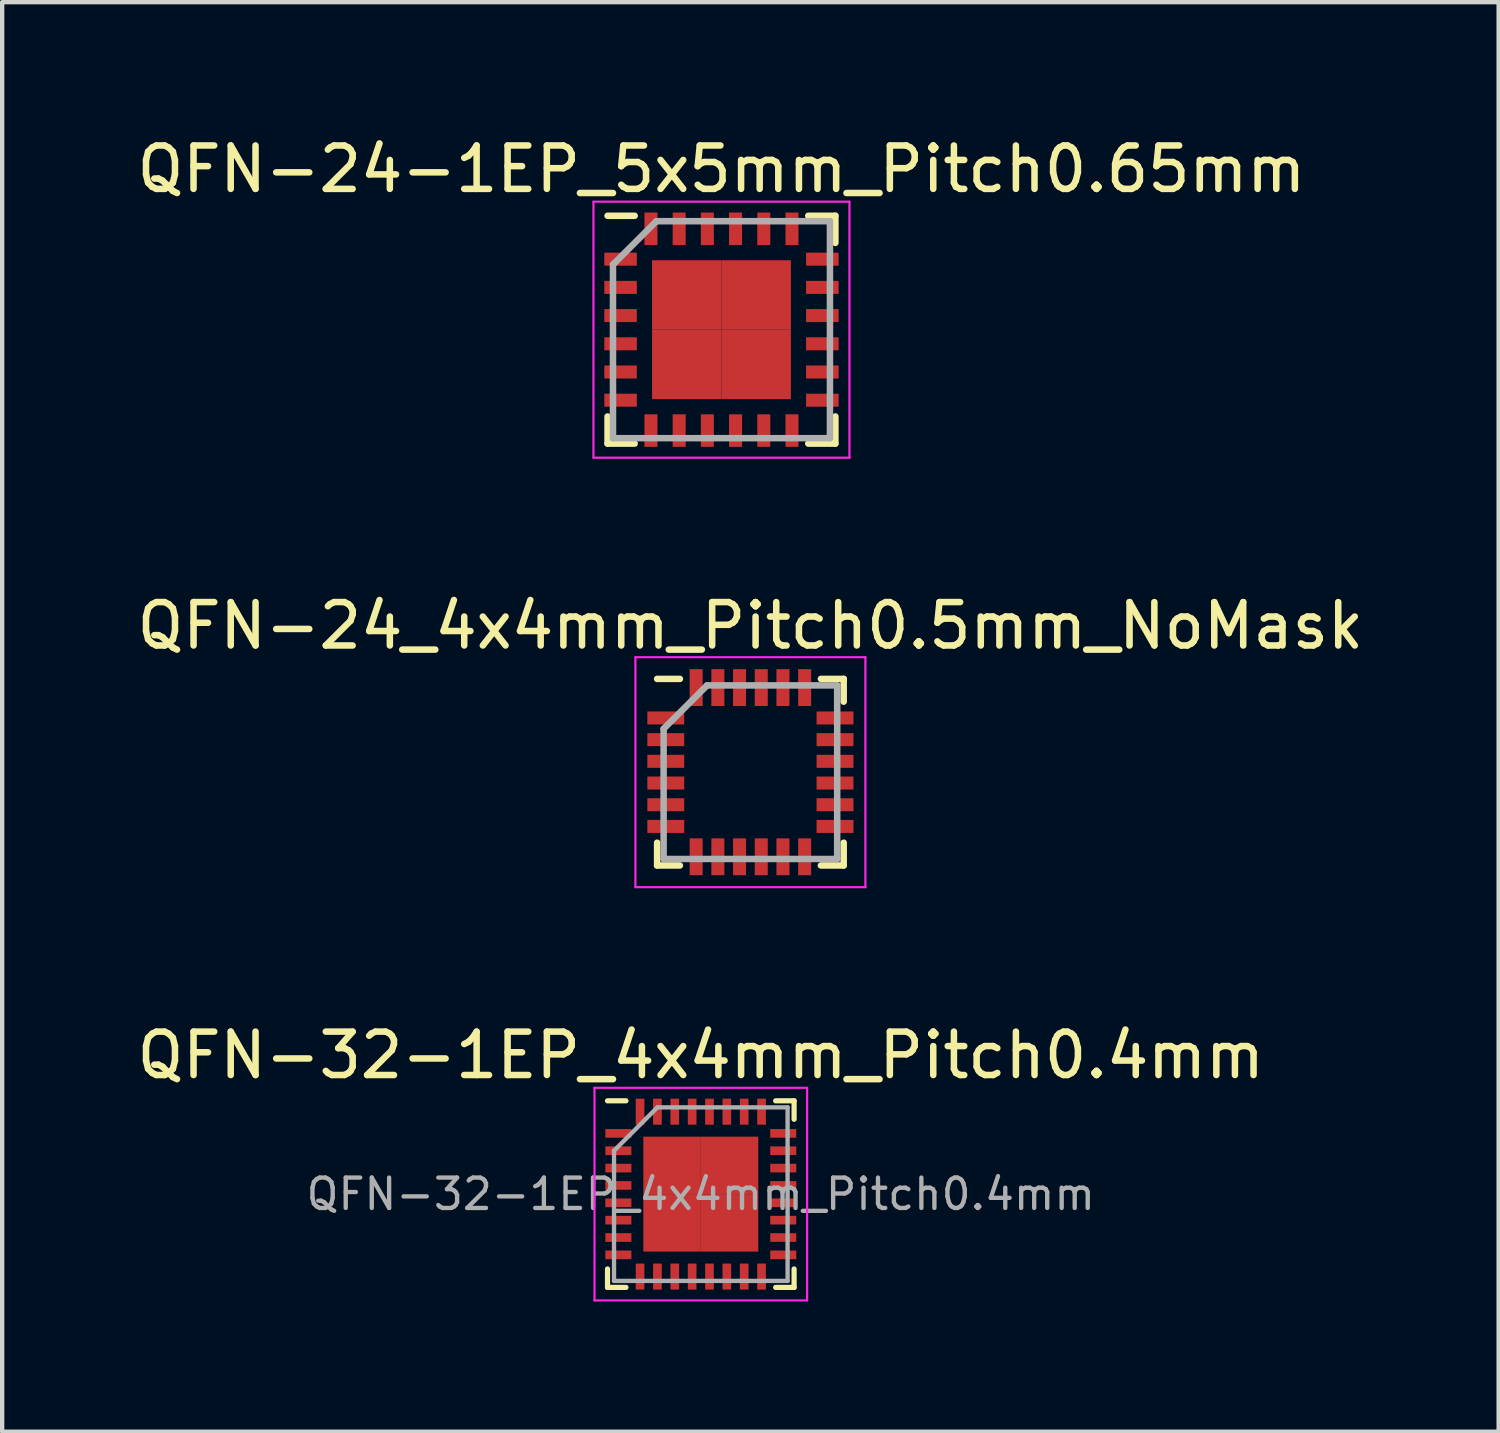
<source format=kicad_pcb>
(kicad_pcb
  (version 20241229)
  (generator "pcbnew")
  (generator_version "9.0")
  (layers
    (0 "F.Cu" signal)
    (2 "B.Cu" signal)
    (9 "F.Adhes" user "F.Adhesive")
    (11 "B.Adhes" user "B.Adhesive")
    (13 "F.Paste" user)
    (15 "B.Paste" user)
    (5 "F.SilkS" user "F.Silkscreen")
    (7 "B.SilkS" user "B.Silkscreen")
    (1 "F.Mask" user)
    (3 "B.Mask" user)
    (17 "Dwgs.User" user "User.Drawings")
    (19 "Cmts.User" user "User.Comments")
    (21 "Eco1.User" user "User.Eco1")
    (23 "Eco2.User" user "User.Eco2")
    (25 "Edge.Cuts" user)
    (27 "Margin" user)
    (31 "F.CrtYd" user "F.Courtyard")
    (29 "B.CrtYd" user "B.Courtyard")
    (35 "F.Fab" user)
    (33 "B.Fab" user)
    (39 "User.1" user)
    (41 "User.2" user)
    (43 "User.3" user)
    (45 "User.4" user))
  (footprint "QFN-24_4x4mm_Pitch0.5mm_NoMask"
    (layer "F.Cu")
    (at 14.244 14.746)
    (property "Reference" "QFN-24_4x4mm_Pitch0.5mm_NoMask" (at 0 -3.375 0) (layer "F.SilkS") (effects (font (size 1 1) (thickness 0.15))))
    (attr smd)
    (fp_line (start -2.15 -2.15) (end -1.625 -2.15) (stroke (width 0.15) (type solid)) (layer "F.SilkS"))
    (fp_line (start -2.15 2.15) (end -2.15 1.625) (stroke (width 0.15) (type solid)) (layer "F.SilkS"))
    (fp_line (start -2.15 2.15) (end -1.625 2.15) (stroke (width 0.15) (type solid)) (layer "F.SilkS"))
    (fp_line (start 2.15 -2.15) (end 1.625 -2.15) (stroke (width 0.15) (type solid)) (layer "F.SilkS"))
    (fp_line (start 2.15 -2.15) (end 2.15 -1.625) (stroke (width 0.15) (type solid)) (layer "F.SilkS"))
    (fp_line (start 2.15 2.15) (end 1.625 2.15) (stroke (width 0.15) (type solid)) (layer "F.SilkS"))
    (fp_line (start 2.15 2.15) (end 2.15 1.625) (stroke (width 0.15) (type solid)) (layer "F.SilkS"))
    (fp_line (start -2.65 -2.65) (end -2.65 2.65) (stroke (width 0.05) (type solid)) (layer "F.CrtYd"))
    (fp_line (start -2.65 -2.65) (end 2.65 -2.65) (stroke (width 0.05) (type solid)) (layer "F.CrtYd"))
    (fp_line (start -2.65 2.65) (end 2.65 2.65) (stroke (width 0.05) (type solid)) (layer "F.CrtYd"))
    (fp_line (start 2.65 -2.65) (end 2.65 2.65) (stroke (width 0.05) (type solid)) (layer "F.CrtYd"))
    (fp_line (start -2 -1) (end -1 -2) (stroke (width 0.15) (type solid)) (layer "F.Fab"))
    (fp_line (start -2 2) (end -2 -1) (stroke (width 0.15) (type solid)) (layer "F.Fab"))
    (fp_line (start -1 -2) (end 2 -2) (stroke (width 0.15) (type solid)) (layer "F.Fab"))
    (fp_line (start 2 -2) (end 2 2) (stroke (width 0.15) (type solid)) (layer "F.Fab"))
    (fp_line (start 2 2) (end -2 2) (stroke (width 0.15) (type solid)) (layer "F.Fab"))
    (pad "" smd rect (at 0 0) (size 2.6 2.6) (layers "F.Mask"))
    (pad "1" smd rect (at -1.95 -1.25) (size 0.85 0.3) (layers "F.Cu" "F.Mask" "F.Paste"))
    (pad "2" smd rect (at -1.95 -0.75) (size 0.85 0.3) (layers "F.Cu" "F.Mask" "F.Paste"))
    (pad "3" smd rect (at -1.95 -0.25) (size 0.85 0.3) (layers "F.Cu" "F.Mask" "F.Paste"))
    (pad "4" smd rect (at -1.95 0.25) (size 0.85 0.3) (layers "F.Cu" "F.Mask" "F.Paste"))
    (pad "5" smd rect (at -1.95 0.75) (size 0.85 0.3) (layers "F.Cu" "F.Mask" "F.Paste"))
    (pad "6" smd rect (at -1.95 1.25) (size 0.85 0.3) (layers "F.Cu" "F.Mask" "F.Paste"))
    (pad "7" smd rect (at -1.25 1.95 90) (size 0.85 0.3) (layers "F.Cu" "F.Mask" "F.Paste"))
    (pad "8" smd rect (at -0.75 1.95 90) (size 0.85 0.3) (layers "F.Cu" "F.Mask" "F.Paste"))
    (pad "9" smd rect (at -0.25 1.95 90) (size 0.85 0.3) (layers "F.Cu" "F.Mask" "F.Paste"))
    (pad "10" smd rect (at 0.25 1.95 90) (size 0.85 0.3) (layers "F.Cu" "F.Mask" "F.Paste"))
    (pad "11" smd rect (at 0.75 1.95 90) (size 0.85 0.3) (layers "F.Cu" "F.Mask" "F.Paste"))
    (pad "12" smd rect (at 1.25 1.95 90) (size 0.85 0.3) (layers "F.Cu" "F.Mask" "F.Paste"))
    (pad "13" smd rect (at 1.95 1.25) (size 0.85 0.3) (layers "F.Cu" "F.Mask" "F.Paste"))
    (pad "14" smd rect (at 1.95 0.75) (size 0.85 0.3) (layers "F.Cu" "F.Mask" "F.Paste"))
    (pad "15" smd rect (at 1.95 0.25) (size 0.85 0.3) (layers "F.Cu" "F.Mask" "F.Paste"))
    (pad "16" smd rect (at 1.95 -0.25) (size 0.85 0.3) (layers "F.Cu" "F.Mask" "F.Paste"))
    (pad "17" smd rect (at 1.95 -0.75) (size 0.85 0.3) (layers "F.Cu" "F.Mask" "F.Paste"))
    (pad "18" smd rect (at 1.95 -1.25) (size 0.85 0.3) (layers "F.Cu" "F.Mask" "F.Paste"))
    (pad "19" smd rect (at 1.25 -1.95 90) (size 0.85 0.3) (layers "F.Cu" "F.Mask" "F.Paste"))
    (pad "20" smd rect (at 0.75 -1.95 90) (size 0.85 0.3) (layers "F.Cu" "F.Mask" "F.Paste"))
    (pad "21" smd rect (at 0.25 -1.95 90) (size 0.85 0.3) (layers "F.Cu" "F.Mask" "F.Paste"))
    (pad "22" smd rect (at -0.25 -1.95 90) (size 0.85 0.3) (layers "F.Cu" "F.Mask" "F.Paste"))
    (pad "23" smd rect (at -0.75 -1.95 90) (size 0.85 0.3) (layers "F.Cu" "F.Mask" "F.Paste"))
    (pad "24" smd rect (at -1.25 -1.95 90) (size 0.85 0.3) (layers "F.Cu" "F.Mask" "F.Paste")))
  (footprint "QFN-32-1EP_4x4mm_Pitch0.4mm"
    (layer "F.Cu")
    (at 13.101 24.47)
    (property "Reference" "QFN-32-1EP_4x4mm_Pitch0.4mm" (at 0 -3.2 0) (layer "F.SilkS") (effects (font (size 1 1) (thickness 0.15))))
    (attr smd)
    (fp_line (start -2.15 -2.15) (end -1.725 -2.15) (stroke (width 0.12) (type solid)) (layer "F.SilkS"))
    (fp_line (start -2.15 2.15) (end -2.15 1.725) (stroke (width 0.12) (type solid)) (layer "F.SilkS"))
    (fp_line (start -2.15 2.15) (end -1.725 2.15) (stroke (width 0.12) (type solid)) (layer "F.SilkS"))
    (fp_line (start 2.15 -2.15) (end 1.725 -2.15) (stroke (width 0.12) (type solid)) (layer "F.SilkS"))
    (fp_line (start 2.15 -2.15) (end 2.15 -1.725) (stroke (width 0.12) (type solid)) (layer "F.SilkS"))
    (fp_line (start 2.15 2.15) (end 1.725 2.15) (stroke (width 0.12) (type solid)) (layer "F.SilkS"))
    (fp_line (start 2.15 2.15) (end 2.15 1.725) (stroke (width 0.12) (type solid)) (layer "F.SilkS"))
    (fp_line (start -2.45 -2.45) (end -2.45 2.45) (stroke (width 0.05) (type solid)) (layer "F.CrtYd"))
    (fp_line (start -2.45 -2.45) (end 2.45 -2.45) (stroke (width 0.05) (type solid)) (layer "F.CrtYd"))
    (fp_line (start -2.45 2.45) (end 2.45 2.45) (stroke (width 0.05) (type solid)) (layer "F.CrtYd"))
    (fp_line (start 2.45 -2.45) (end 2.45 2.45) (stroke (width 0.05) (type solid)) (layer "F.CrtYd"))
    (fp_line (start -2 -1) (end -1 -2) (stroke (width 0.1) (type solid)) (layer "F.Fab"))
    (fp_line (start -2 2) (end -2 -1) (stroke (width 0.1) (type solid)) (layer "F.Fab"))
    (fp_line (start -1 -2) (end 2 -2) (stroke (width 0.1) (type solid)) (layer "F.Fab"))
    (fp_line (start 2 -2) (end 2 2) (stroke (width 0.1) (type solid)) (layer "F.Fab"))
    (fp_line (start 2 2) (end -2 2) (stroke (width 0.1) (type solid)) (layer "F.Fab"))
    (fp_text user "${REFERENCE}" (at 0 0 0) (layer "F.Fab") (effects (font (size 0.7 0.7) (thickness 0.1))))
    (pad "1" smd rect (at -1.9 -1.4) (size 0.6 0.2) (layers "F.Cu" "F.Mask" "F.Paste"))
    (pad "2" smd rect (at -1.9 -1) (size 0.6 0.2) (layers "F.Cu" "F.Mask" "F.Paste"))
    (pad "3" smd rect (at -1.9 -0.6) (size 0.6 0.2) (layers "F.Cu" "F.Mask" "F.Paste"))
    (pad "4" smd rect (at -1.9 -0.2) (size 0.6 0.2) (layers "F.Cu" "F.Mask" "F.Paste"))
    (pad "5" smd rect (at -1.9 0.2) (size 0.6 0.2) (layers "F.Cu" "F.Mask" "F.Paste"))
    (pad "6" smd rect (at -1.9 0.6) (size 0.6 0.2) (layers "F.Cu" "F.Mask" "F.Paste"))
    (pad "7" smd rect (at -1.9 1) (size 0.6 0.2) (layers "F.Cu" "F.Mask" "F.Paste"))
    (pad "8" smd rect (at -1.9 1.4) (size 0.6 0.2) (layers "F.Cu" "F.Mask" "F.Paste"))
    (pad "9" smd rect (at -1.4 1.9 90) (size 0.6 0.2) (layers "F.Cu" "F.Mask" "F.Paste"))
    (pad "10" smd rect (at -1 1.9 90) (size 0.6 0.2) (layers "F.Cu" "F.Mask" "F.Paste"))
    (pad "11" smd rect (at -0.6 1.9 90) (size 0.6 0.2) (layers "F.Cu" "F.Mask" "F.Paste"))
    (pad "12" smd rect (at -0.2 1.9 90) (size 0.6 0.2) (layers "F.Cu" "F.Mask" "F.Paste"))
    (pad "13" smd rect (at 0.2 1.9 90) (size 0.6 0.2) (layers "F.Cu" "F.Mask" "F.Paste"))
    (pad "14" smd rect (at 0.6 1.9 90) (size 0.6 0.2) (layers "F.Cu" "F.Mask" "F.Paste"))
    (pad "15" smd rect (at 1 1.9 90) (size 0.6 0.2) (layers "F.Cu" "F.Mask" "F.Paste"))
    (pad "16" smd rect (at 1.4 1.9 90) (size 0.6 0.2) (layers "F.Cu" "F.Mask" "F.Paste"))
    (pad "17" smd rect (at 1.9 1.4) (size 0.6 0.2) (layers "F.Cu" "F.Mask" "F.Paste"))
    (pad "18" smd rect (at 1.9 1) (size 0.6 0.2) (layers "F.Cu" "F.Mask" "F.Paste"))
    (pad "19" smd rect (at 1.9 0.6) (size 0.6 0.2) (layers "F.Cu" "F.Mask" "F.Paste"))
    (pad "20" smd rect (at 1.9 0.2) (size 0.6 0.2) (layers "F.Cu" "F.Mask" "F.Paste"))
    (pad "21" smd rect (at 1.9 -0.2) (size 0.6 0.2) (layers "F.Cu" "F.Mask" "F.Paste"))
    (pad "22" smd rect (at 1.9 -0.6) (size 0.6 0.2) (layers "F.Cu" "F.Mask" "F.Paste"))
    (pad "23" smd rect (at 1.9 -1) (size 0.6 0.2) (layers "F.Cu" "F.Mask" "F.Paste"))
    (pad "24" smd rect (at 1.9 -1.4) (size 0.6 0.2) (layers "F.Cu" "F.Mask" "F.Paste"))
    (pad "25" smd rect (at 1.4 -1.9 90) (size 0.6 0.2) (layers "F.Cu" "F.Mask" "F.Paste"))
    (pad "26" smd rect (at 1 -1.9 90) (size 0.6 0.2) (layers "F.Cu" "F.Mask" "F.Paste"))
    (pad "27" smd rect (at 0.6 -1.9 90) (size 0.6 0.2) (layers "F.Cu" "F.Mask" "F.Paste"))
    (pad "28" smd rect (at 0.2 -1.9 90) (size 0.6 0.2) (layers "F.Cu" "F.Mask" "F.Paste"))
    (pad "29" smd rect (at -0.2 -1.9 90) (size 0.6 0.2) (layers "F.Cu" "F.Mask" "F.Paste"))
    (pad "30" smd rect (at -0.6 -1.9 90) (size 0.6 0.2) (layers "F.Cu" "F.Mask" "F.Paste"))
    (pad "31" smd rect (at -1 -1.9 90) (size 0.6 0.2) (layers "F.Cu" "F.Mask" "F.Paste"))
    (pad "32" smd rect (at -1.4 -1.9 90) (size 0.6 0.2) (layers "F.Cu" "F.Mask" "F.Paste"))
    (pad "33" smd rect (at -0.662 -0.662) (size 1.325 1.325) (layers "F.Cu" "F.Mask" "F.Paste"))
    (pad "33" smd rect (at -0.662 0.662) (size 1.325 1.325) (layers "F.Cu" "F.Mask" "F.Paste"))
    (pad "33" smd rect (at 0.662 -0.662) (size 1.325 1.325) (layers "F.Cu" "F.Mask" "F.Paste"))
    (pad "33" smd rect (at 0.662 0.662) (size 1.325 1.325) (layers "F.Cu" "F.Mask" "F.Paste")))
  (footprint "QFN-24-1EP_5x5mm_Pitch0.65mm"
    (layer "F.Cu")
    (at 13.577 4.548)
    (property "Reference" "QFN-24-1EP_5x5mm_Pitch0.65mm" (at 0 -3.7 0) (layer "F.SilkS") (effects (font (size 1 1) (thickness 0.15))))
    (attr smd)
    (fp_line (start -2.625 -2.625) (end -2 -2.625) (stroke (width 0.15) (type solid)) (layer "F.SilkS"))
    (fp_line (start -2.625 2.625) (end -2.625 2) (stroke (width 0.15) (type solid)) (layer "F.SilkS"))
    (fp_line (start -2.625 2.625) (end -2 2.625) (stroke (width 0.15) (type solid)) (layer "F.SilkS"))
    (fp_line (start 2.625 -2.625) (end 2 -2.625) (stroke (width 0.15) (type solid)) (layer "F.SilkS"))
    (fp_line (start 2.625 -2.625) (end 2.625 -2) (stroke (width 0.15) (type solid)) (layer "F.SilkS"))
    (fp_line (start 2.625 2.625) (end 2 2.625) (stroke (width 0.15) (type solid)) (layer "F.SilkS"))
    (fp_line (start 2.625 2.625) (end 2.625 2) (stroke (width 0.15) (type solid)) (layer "F.SilkS"))
    (fp_line (start -2.95 -2.95) (end -2.95 2.95) (stroke (width 0.05) (type solid)) (layer "F.CrtYd"))
    (fp_line (start -2.95 -2.95) (end 2.95 -2.95) (stroke (width 0.05) (type solid)) (layer "F.CrtYd"))
    (fp_line (start -2.95 2.95) (end 2.95 2.95) (stroke (width 0.05) (type solid)) (layer "F.CrtYd"))
    (fp_line (start 2.95 -2.95) (end 2.95 2.95) (stroke (width 0.05) (type solid)) (layer "F.CrtYd"))
    (fp_line (start -2.5 -1.5) (end -1.5 -2.5) (stroke (width 0.15) (type solid)) (layer "F.Fab"))
    (fp_line (start -2.5 2.5) (end -2.5 -1.5) (stroke (width 0.15) (type solid)) (layer "F.Fab"))
    (fp_line (start -1.5 -2.5) (end 2.5 -2.5) (stroke (width 0.15) (type solid)) (layer "F.Fab"))
    (fp_line (start 2.5 -2.5) (end 2.5 2.5) (stroke (width 0.15) (type solid)) (layer "F.Fab"))
    (fp_line (start 2.5 2.5) (end -2.5 2.5) (stroke (width 0.15) (type solid)) (layer "F.Fab"))
    (pad "1" smd rect (at -2.325 -1.625) (size 0.75 0.3) (layers "F.Cu" "F.Mask" "F.Paste"))
    (pad "2" smd rect (at -2.325 -0.975) (size 0.75 0.3) (layers "F.Cu" "F.Mask" "F.Paste"))
    (pad "3" smd rect (at -2.325 -0.325) (size 0.75 0.3) (layers "F.Cu" "F.Mask" "F.Paste"))
    (pad "4" smd rect (at -2.325 0.325) (size 0.75 0.3) (layers "F.Cu" "F.Mask" "F.Paste"))
    (pad "5" smd rect (at -2.325 0.975) (size 0.75 0.3) (layers "F.Cu" "F.Mask" "F.Paste"))
    (pad "6" smd rect (at -2.325 1.625) (size 0.75 0.3) (layers "F.Cu" "F.Mask" "F.Paste"))
    (pad "7" smd rect (at -1.625 2.325 90) (size 0.75 0.3) (layers "F.Cu" "F.Mask" "F.Paste"))
    (pad "8" smd rect (at -0.975 2.325 90) (size 0.75 0.3) (layers "F.Cu" "F.Mask" "F.Paste"))
    (pad "9" smd rect (at -0.325 2.325 90) (size 0.75 0.3) (layers "F.Cu" "F.Mask" "F.Paste"))
    (pad "10" smd rect (at 0.325 2.325 90) (size 0.75 0.3) (layers "F.Cu" "F.Mask" "F.Paste"))
    (pad "11" smd rect (at 0.975 2.325 90) (size 0.75 0.3) (layers "F.Cu" "F.Mask" "F.Paste"))
    (pad "12" smd rect (at 1.625 2.325 90) (size 0.75 0.3) (layers "F.Cu" "F.Mask" "F.Paste"))
    (pad "13" smd rect (at 2.325 1.625) (size 0.75 0.3) (layers "F.Cu" "F.Mask" "F.Paste"))
    (pad "14" smd rect (at 2.325 0.975) (size 0.75 0.3) (layers "F.Cu" "F.Mask" "F.Paste"))
    (pad "15" smd rect (at 2.325 0.325) (size 0.75 0.3) (layers "F.Cu" "F.Mask" "F.Paste"))
    (pad "16" smd rect (at 2.325 -0.325) (size 0.75 0.3) (layers "F.Cu" "F.Mask" "F.Paste"))
    (pad "17" smd rect (at 2.325 -0.975) (size 0.75 0.3) (layers "F.Cu" "F.Mask" "F.Paste"))
    (pad "18" smd rect (at 2.325 -1.625) (size 0.75 0.3) (layers "F.Cu" "F.Mask" "F.Paste"))
    (pad "19" smd rect (at 1.625 -2.325 90) (size 0.75 0.3) (layers "F.Cu" "F.Mask" "F.Paste"))
    (pad "20" smd rect (at 0.975 -2.325 90) (size 0.75 0.3) (layers "F.Cu" "F.Mask" "F.Paste"))
    (pad "21" smd rect (at 0.325 -2.325 90) (size 0.75 0.3) (layers "F.Cu" "F.Mask" "F.Paste"))
    (pad "22" smd rect (at -0.325 -2.325 90) (size 0.75 0.3) (layers "F.Cu" "F.Mask" "F.Paste"))
    (pad "23" smd rect (at -0.975 -2.325 90) (size 0.75 0.3) (layers "F.Cu" "F.Mask" "F.Paste"))
    (pad "24" smd rect (at -1.625 -2.325 90) (size 0.75 0.3) (layers "F.Cu" "F.Mask" "F.Paste"))
    (pad "25" smd rect (at -0.8 -0.8) (size 1.6 1.6) (layers "F.Cu" "F.Mask" "F.Paste"))
    (pad "25" smd rect (at -0.8 0.8) (size 1.6 1.6) (layers "F.Cu" "F.Mask" "F.Paste"))
    (pad "25" smd rect (at 0.8 -0.8) (size 1.6 1.6) (layers "F.Cu" "F.Mask" "F.Paste"))
    (pad "25" smd rect (at 0.8 0.8) (size 1.6 1.6) (layers "F.Cu" "F.Mask" "F.Paste")))
  (gr_rect
    (start -3 -3)
    (end 31.488 29.945)
    (stroke (width 0.1) (type default))
    (fill no)
    (layer "Edge.Cuts")))
</source>
